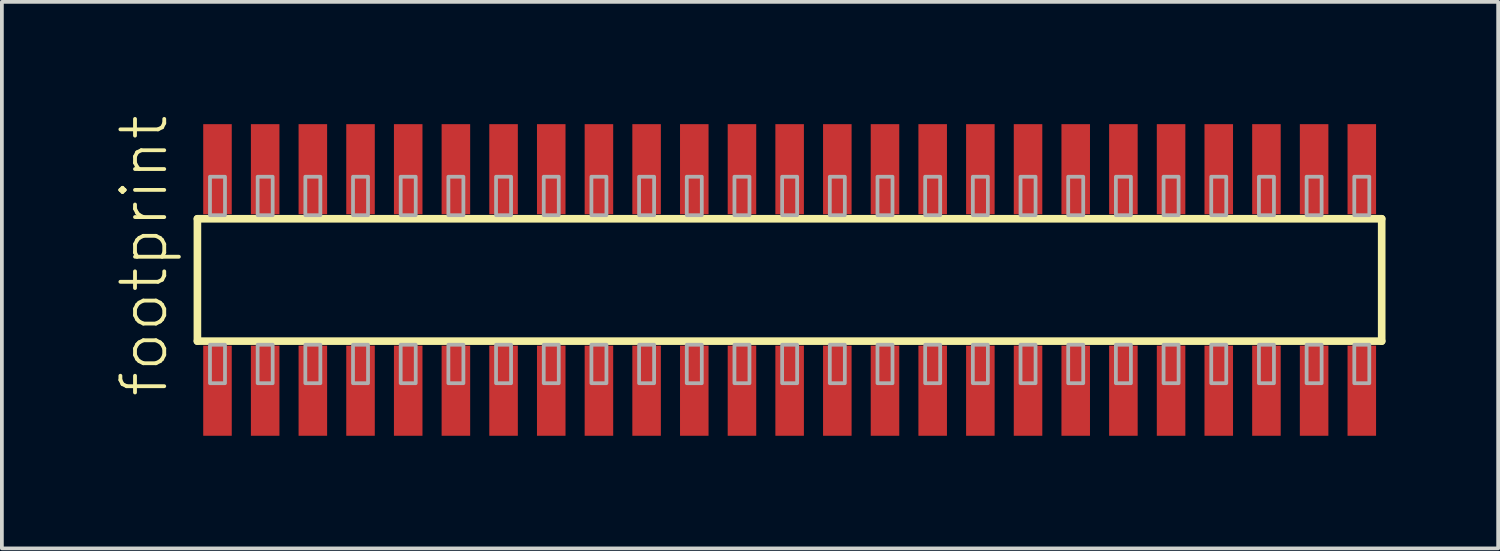
<source format=kicad_pcb>
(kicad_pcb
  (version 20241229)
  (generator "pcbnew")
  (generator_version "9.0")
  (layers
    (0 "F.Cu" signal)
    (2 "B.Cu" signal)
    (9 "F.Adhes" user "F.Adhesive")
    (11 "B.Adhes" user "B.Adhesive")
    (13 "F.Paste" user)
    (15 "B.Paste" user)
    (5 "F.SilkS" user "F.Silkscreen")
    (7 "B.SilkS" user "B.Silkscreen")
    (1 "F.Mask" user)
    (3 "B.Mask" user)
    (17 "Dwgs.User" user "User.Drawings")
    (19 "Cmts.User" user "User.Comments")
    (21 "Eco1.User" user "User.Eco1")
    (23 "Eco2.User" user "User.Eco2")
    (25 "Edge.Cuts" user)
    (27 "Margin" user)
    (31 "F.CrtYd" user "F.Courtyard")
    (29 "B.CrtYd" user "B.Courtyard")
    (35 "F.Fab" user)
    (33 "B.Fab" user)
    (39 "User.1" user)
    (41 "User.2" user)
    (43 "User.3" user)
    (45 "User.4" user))
  (footprint "footprint"
    (layer "F.Cu")
    (at 17.983 4.407)
    (property "Reference" "footprint" (at -16.51 3.175 90) (layer "F.SilkS") (effects (font (size 1.168 1.168) (thickness 0.102)) (justify left bottom)))
    (fp_line (start -15.775 -1.63) (end 15.77 -1.63) (stroke (width 0.203) (type solid)) (layer "F.SilkS"))
    (fp_line (start -15.775 1.63) (end -15.775 -1.63) (stroke (width 0.203) (type solid)) (layer "F.SilkS"))
    (fp_line (start 15.77 -1.63) (end 15.77 1.63) (stroke (width 0.203) (type solid)) (layer "F.SilkS"))
    (fp_line (start 15.77 1.63) (end -15.775 1.63) (stroke (width 0.203) (type solid)) (layer "F.SilkS"))
    (fp_poly (pts (xy -15.44 -1.725) (xy -15.04 -1.725) (xy -15.04 -2.75) (xy -15.44 -2.75)) (stroke (width 0.1) (type solid)) (fill no) (layer "F.Fab"))
    (fp_poly (pts (xy -15.04 1.725) (xy -15.44 1.725) (xy -15.44 2.75) (xy -15.04 2.75)) (stroke (width 0.1) (type solid)) (fill no) (layer "F.Fab"))
    (fp_poly (pts (xy -14.17 -1.725) (xy -13.77 -1.725) (xy -13.77 -2.75) (xy -14.17 -2.75)) (stroke (width 0.1) (type solid)) (fill no) (layer "F.Fab"))
    (fp_poly (pts (xy -13.77 1.725) (xy -14.17 1.725) (xy -14.17 2.75) (xy -13.77 2.75)) (stroke (width 0.1) (type solid)) (fill no) (layer "F.Fab"))
    (fp_poly (pts (xy -12.9 -1.725) (xy -12.5 -1.725) (xy -12.5 -2.75) (xy -12.9 -2.75)) (stroke (width 0.1) (type solid)) (fill no) (layer "F.Fab"))
    (fp_poly (pts (xy -12.5 1.725) (xy -12.9 1.725) (xy -12.9 2.75) (xy -12.5 2.75)) (stroke (width 0.1) (type solid)) (fill no) (layer "F.Fab"))
    (fp_poly (pts (xy -11.63 -1.725) (xy -11.23 -1.725) (xy -11.23 -2.75) (xy -11.63 -2.75)) (stroke (width 0.1) (type solid)) (fill no) (layer "F.Fab"))
    (fp_poly (pts (xy -11.23 1.725) (xy -11.63 1.725) (xy -11.63 2.75) (xy -11.23 2.75)) (stroke (width 0.1) (type solid)) (fill no) (layer "F.Fab"))
    (fp_poly (pts (xy -10.36 -1.725) (xy -9.96 -1.725) (xy -9.96 -2.75) (xy -10.36 -2.75)) (stroke (width 0.1) (type solid)) (fill no) (layer "F.Fab"))
    (fp_poly (pts (xy -9.96 1.725) (xy -10.36 1.725) (xy -10.36 2.75) (xy -9.96 2.75)) (stroke (width 0.1) (type solid)) (fill no) (layer "F.Fab"))
    (fp_poly (pts (xy -9.09 -1.725) (xy -8.69 -1.725) (xy -8.69 -2.75) (xy -9.09 -2.75)) (stroke (width 0.1) (type solid)) (fill no) (layer "F.Fab"))
    (fp_poly (pts (xy -8.69 1.725) (xy -9.09 1.725) (xy -9.09 2.75) (xy -8.69 2.75)) (stroke (width 0.1) (type solid)) (fill no) (layer "F.Fab"))
    (fp_poly (pts (xy -7.82 -1.725) (xy -7.42 -1.725) (xy -7.42 -2.75) (xy -7.82 -2.75)) (stroke (width 0.1) (type solid)) (fill no) (layer "F.Fab"))
    (fp_poly (pts (xy -7.42 1.725) (xy -7.82 1.725) (xy -7.82 2.75) (xy -7.42 2.75)) (stroke (width 0.1) (type solid)) (fill no) (layer "F.Fab"))
    (fp_poly (pts (xy -6.55 -1.725) (xy -6.15 -1.725) (xy -6.15 -2.75) (xy -6.55 -2.75)) (stroke (width 0.1) (type solid)) (fill no) (layer "F.Fab"))
    (fp_poly (pts (xy -6.15 1.725) (xy -6.55 1.725) (xy -6.55 2.75) (xy -6.15 2.75)) (stroke (width 0.1) (type solid)) (fill no) (layer "F.Fab"))
    (fp_poly (pts (xy -5.28 -1.725) (xy -4.88 -1.725) (xy -4.88 -2.75) (xy -5.28 -2.75)) (stroke (width 0.1) (type solid)) (fill no) (layer "F.Fab"))
    (fp_poly (pts (xy -4.88 1.725) (xy -5.28 1.725) (xy -5.28 2.75) (xy -4.88 2.75)) (stroke (width 0.1) (type solid)) (fill no) (layer "F.Fab"))
    (fp_poly (pts (xy -4.01 -1.725) (xy -3.61 -1.725) (xy -3.61 -2.75) (xy -4.01 -2.75)) (stroke (width 0.1) (type solid)) (fill no) (layer "F.Fab"))
    (fp_poly (pts (xy -3.61 1.725) (xy -4.01 1.725) (xy -4.01 2.75) (xy -3.61 2.75)) (stroke (width 0.1) (type solid)) (fill no) (layer "F.Fab"))
    (fp_poly (pts (xy -2.74 -1.725) (xy -2.34 -1.725) (xy -2.34 -2.75) (xy -2.74 -2.75)) (stroke (width 0.1) (type solid)) (fill no) (layer "F.Fab"))
    (fp_poly (pts (xy -2.34 1.725) (xy -2.74 1.725) (xy -2.74 2.75) (xy -2.34 2.75)) (stroke (width 0.1) (type solid)) (fill no) (layer "F.Fab"))
    (fp_poly (pts (xy -1.47 -1.725) (xy -1.07 -1.725) (xy -1.07 -2.75) (xy -1.47 -2.75)) (stroke (width 0.1) (type solid)) (fill no) (layer "F.Fab"))
    (fp_poly (pts (xy -1.07 1.725) (xy -1.47 1.725) (xy -1.47 2.75) (xy -1.07 2.75)) (stroke (width 0.1) (type solid)) (fill no) (layer "F.Fab"))
    (fp_poly (pts (xy -0.2 -1.725) (xy 0.2 -1.725) (xy 0.2 -2.75) (xy -0.2 -2.75)) (stroke (width 0.1) (type solid)) (fill no) (layer "F.Fab"))
    (fp_poly (pts (xy 0.2 1.725) (xy -0.2 1.725) (xy -0.2 2.75) (xy 0.2 2.75)) (stroke (width 0.1) (type solid)) (fill no) (layer "F.Fab"))
    (fp_poly (pts (xy 1.07 -1.725) (xy 1.47 -1.725) (xy 1.47 -2.75) (xy 1.07 -2.75)) (stroke (width 0.1) (type solid)) (fill no) (layer "F.Fab"))
    (fp_poly (pts (xy 1.47 1.725) (xy 1.07 1.725) (xy 1.07 2.75) (xy 1.47 2.75)) (stroke (width 0.1) (type solid)) (fill no) (layer "F.Fab"))
    (fp_poly (pts (xy 2.34 -1.725) (xy 2.74 -1.725) (xy 2.74 -2.75) (xy 2.34 -2.75)) (stroke (width 0.1) (type solid)) (fill no) (layer "F.Fab"))
    (fp_poly (pts (xy 2.74 1.725) (xy 2.34 1.725) (xy 2.34 2.75) (xy 2.74 2.75)) (stroke (width 0.1) (type solid)) (fill no) (layer "F.Fab"))
    (fp_poly (pts (xy 3.61 -1.725) (xy 4.01 -1.725) (xy 4.01 -2.75) (xy 3.61 -2.75)) (stroke (width 0.1) (type solid)) (fill no) (layer "F.Fab"))
    (fp_poly (pts (xy 4.01 1.725) (xy 3.61 1.725) (xy 3.61 2.75) (xy 4.01 2.75)) (stroke (width 0.1) (type solid)) (fill no) (layer "F.Fab"))
    (fp_poly (pts (xy 4.88 -1.725) (xy 5.28 -1.725) (xy 5.28 -2.75) (xy 4.88 -2.75)) (stroke (width 0.1) (type solid)) (fill no) (layer "F.Fab"))
    (fp_poly (pts (xy 5.28 1.725) (xy 4.88 1.725) (xy 4.88 2.75) (xy 5.28 2.75)) (stroke (width 0.1) (type solid)) (fill no) (layer "F.Fab"))
    (fp_poly (pts (xy 6.15 -1.725) (xy 6.55 -1.725) (xy 6.55 -2.75) (xy 6.15 -2.75)) (stroke (width 0.1) (type solid)) (fill no) (layer "F.Fab"))
    (fp_poly (pts (xy 6.55 1.725) (xy 6.15 1.725) (xy 6.15 2.75) (xy 6.55 2.75)) (stroke (width 0.1) (type solid)) (fill no) (layer "F.Fab"))
    (fp_poly (pts (xy 7.42 -1.725) (xy 7.82 -1.725) (xy 7.82 -2.75) (xy 7.42 -2.75)) (stroke (width 0.1) (type solid)) (fill no) (layer "F.Fab"))
    (fp_poly (pts (xy 7.82 1.725) (xy 7.42 1.725) (xy 7.42 2.75) (xy 7.82 2.75)) (stroke (width 0.1) (type solid)) (fill no) (layer "F.Fab"))
    (fp_poly (pts (xy 8.69 -1.725) (xy 9.09 -1.725) (xy 9.09 -2.75) (xy 8.69 -2.75)) (stroke (width 0.1) (type solid)) (fill no) (layer "F.Fab"))
    (fp_poly (pts (xy 9.09 1.725) (xy 8.69 1.725) (xy 8.69 2.75) (xy 9.09 2.75)) (stroke (width 0.1) (type solid)) (fill no) (layer "F.Fab"))
    (fp_poly (pts (xy 9.96 -1.725) (xy 10.36 -1.725) (xy 10.36 -2.75) (xy 9.96 -2.75)) (stroke (width 0.1) (type solid)) (fill no) (layer "F.Fab"))
    (fp_poly (pts (xy 10.36 1.725) (xy 9.96 1.725) (xy 9.96 2.75) (xy 10.36 2.75)) (stroke (width 0.1) (type solid)) (fill no) (layer "F.Fab"))
    (fp_poly (pts (xy 11.23 -1.725) (xy 11.63 -1.725) (xy 11.63 -2.75) (xy 11.23 -2.75)) (stroke (width 0.1) (type solid)) (fill no) (layer "F.Fab"))
    (fp_poly (pts (xy 11.63 1.725) (xy 11.23 1.725) (xy 11.23 2.75) (xy 11.63 2.75)) (stroke (width 0.1) (type solid)) (fill no) (layer "F.Fab"))
    (fp_poly (pts (xy 12.5 -1.725) (xy 12.9 -1.725) (xy 12.9 -2.75) (xy 12.5 -2.75)) (stroke (width 0.1) (type solid)) (fill no) (layer "F.Fab"))
    (fp_poly (pts (xy 12.9 1.725) (xy 12.5 1.725) (xy 12.5 2.75) (xy 12.9 2.75)) (stroke (width 0.1) (type solid)) (fill no) (layer "F.Fab"))
    (fp_poly (pts (xy 13.77 -1.725) (xy 14.17 -1.725) (xy 14.17 -2.75) (xy 13.77 -2.75)) (stroke (width 0.1) (type solid)) (fill no) (layer "F.Fab"))
    (fp_poly (pts (xy 14.17 1.725) (xy 13.77 1.725) (xy 13.77 2.75) (xy 14.17 2.75)) (stroke (width 0.1) (type solid)) (fill no) (layer "F.Fab"))
    (fp_poly (pts (xy 15.04 -1.725) (xy 15.44 -1.725) (xy 15.44 -2.75) (xy 15.04 -2.75)) (stroke (width 0.1) (type solid)) (fill no) (layer "F.Fab"))
    (fp_poly (pts (xy 15.44 1.725) (xy 15.04 1.725) (xy 15.04 2.75) (xy 15.44 2.75)) (stroke (width 0.1) (type solid)) (fill no) (layer "F.Fab"))
    (pad "1" smd rect (at -15.24 2.95) (size 0.76 2.4) (layers "F.Cu" "F.Mask" "F.Paste"))
    (pad "2" smd rect (at -15.24 -2.95) (size 0.76 2.4) (layers "F.Cu" "F.Mask" "F.Paste"))
    (pad "3" smd rect (at -13.97 2.95) (size 0.76 2.4) (layers "F.Cu" "F.Mask" "F.Paste"))
    (pad "4" smd rect (at -13.97 -2.95) (size 0.76 2.4) (layers "F.Cu" "F.Mask" "F.Paste"))
    (pad "5" smd rect (at -12.7 2.95) (size 0.76 2.4) (layers "F.Cu" "F.Mask" "F.Paste"))
    (pad "6" smd rect (at -12.7 -2.95) (size 0.76 2.4) (layers "F.Cu" "F.Mask" "F.Paste"))
    (pad "7" smd rect (at -11.43 2.95) (size 0.76 2.4) (layers "F.Cu" "F.Mask" "F.Paste"))
    (pad "8" smd rect (at -11.43 -2.95) (size 0.76 2.4) (layers "F.Cu" "F.Mask" "F.Paste"))
    (pad "9" smd rect (at -10.16 2.95) (size 0.76 2.4) (layers "F.Cu" "F.Mask" "F.Paste"))
    (pad "10" smd rect (at -10.16 -2.95) (size 0.76 2.4) (layers "F.Cu" "F.Mask" "F.Paste"))
    (pad "11" smd rect (at -8.89 2.95) (size 0.76 2.4) (layers "F.Cu" "F.Mask" "F.Paste"))
    (pad "12" smd rect (at -8.89 -2.95) (size 0.76 2.4) (layers "F.Cu" "F.Mask" "F.Paste"))
    (pad "13" smd rect (at -7.62 2.95) (size 0.76 2.4) (layers "F.Cu" "F.Mask" "F.Paste"))
    (pad "14" smd rect (at -7.62 -2.95) (size 0.76 2.4) (layers "F.Cu" "F.Mask" "F.Paste"))
    (pad "15" smd rect (at -6.35 2.95) (size 0.76 2.4) (layers "F.Cu" "F.Mask" "F.Paste"))
    (pad "16" smd rect (at -6.35 -2.95) (size 0.76 2.4) (layers "F.Cu" "F.Mask" "F.Paste"))
    (pad "17" smd rect (at -5.08 2.95) (size 0.76 2.4) (layers "F.Cu" "F.Mask" "F.Paste"))
    (pad "18" smd rect (at -5.08 -2.95) (size 0.76 2.4) (layers "F.Cu" "F.Mask" "F.Paste"))
    (pad "19" smd rect (at -3.81 2.95) (size 0.76 2.4) (layers "F.Cu" "F.Mask" "F.Paste"))
    (pad "20" smd rect (at -3.81 -2.95) (size 0.76 2.4) (layers "F.Cu" "F.Mask" "F.Paste"))
    (pad "21" smd rect (at -2.54 2.95) (size 0.76 2.4) (layers "F.Cu" "F.Mask" "F.Paste"))
    (pad "22" smd rect (at -2.54 -2.95) (size 0.76 2.4) (layers "F.Cu" "F.Mask" "F.Paste"))
    (pad "23" smd rect (at -1.27 2.95) (size 0.76 2.4) (layers "F.Cu" "F.Mask" "F.Paste"))
    (pad "24" smd rect (at -1.27 -2.95) (size 0.76 2.4) (layers "F.Cu" "F.Mask" "F.Paste"))
    (pad "25" smd rect (at 0 2.95) (size 0.76 2.4) (layers "F.Cu" "F.Mask" "F.Paste"))
    (pad "26" smd rect (at 0 -2.95) (size 0.76 2.4) (layers "F.Cu" "F.Mask" "F.Paste"))
    (pad "27" smd rect (at 1.27 2.95) (size 0.76 2.4) (layers "F.Cu" "F.Mask" "F.Paste"))
    (pad "28" smd rect (at 1.27 -2.95) (size 0.76 2.4) (layers "F.Cu" "F.Mask" "F.Paste"))
    (pad "29" smd rect (at 2.54 2.95) (size 0.76 2.4) (layers "F.Cu" "F.Mask" "F.Paste"))
    (pad "30" smd rect (at 2.54 -2.95) (size 0.76 2.4) (layers "F.Cu" "F.Mask" "F.Paste"))
    (pad "31" smd rect (at 3.81 2.95) (size 0.76 2.4) (layers "F.Cu" "F.Mask" "F.Paste"))
    (pad "32" smd rect (at 3.81 -2.95) (size 0.76 2.4) (layers "F.Cu" "F.Mask" "F.Paste"))
    (pad "33" smd rect (at 5.08 2.95) (size 0.76 2.4) (layers "F.Cu" "F.Mask" "F.Paste"))
    (pad "34" smd rect (at 5.08 -2.95) (size 0.76 2.4) (layers "F.Cu" "F.Mask" "F.Paste"))
    (pad "35" smd rect (at 6.35 2.95) (size 0.76 2.4) (layers "F.Cu" "F.Mask" "F.Paste"))
    (pad "36" smd rect (at 6.35 -2.95) (size 0.76 2.4) (layers "F.Cu" "F.Mask" "F.Paste"))
    (pad "37" smd rect (at 7.62 2.95) (size 0.76 2.4) (layers "F.Cu" "F.Mask" "F.Paste"))
    (pad "38" smd rect (at 7.62 -2.95) (size 0.76 2.4) (layers "F.Cu" "F.Mask" "F.Paste"))
    (pad "39" smd rect (at 8.89 2.95) (size 0.76 2.4) (layers "F.Cu" "F.Mask" "F.Paste"))
    (pad "40" smd rect (at 8.89 -2.95) (size 0.76 2.4) (layers "F.Cu" "F.Mask" "F.Paste"))
    (pad "41" smd rect (at 10.16 2.95) (size 0.76 2.4) (layers "F.Cu" "F.Mask" "F.Paste"))
    (pad "42" smd rect (at 10.16 -2.95) (size 0.76 2.4) (layers "F.Cu" "F.Mask" "F.Paste"))
    (pad "43" smd rect (at 11.43 2.95) (size 0.76 2.4) (layers "F.Cu" "F.Mask" "F.Paste"))
    (pad "44" smd rect (at 11.43 -2.95) (size 0.76 2.4) (layers "F.Cu" "F.Mask" "F.Paste"))
    (pad "45" smd rect (at 12.7 2.95) (size 0.76 2.4) (layers "F.Cu" "F.Mask" "F.Paste"))
    (pad "46" smd rect (at 12.7 -2.95) (size 0.76 2.4) (layers "F.Cu" "F.Mask" "F.Paste"))
    (pad "47" smd rect (at 13.97 2.95) (size 0.76 2.4) (layers "F.Cu" "F.Mask" "F.Paste"))
    (pad "48" smd rect (at 13.97 -2.95) (size 0.76 2.4) (layers "F.Cu" "F.Mask" "F.Paste"))
    (pad "49" smd rect (at 15.24 2.95) (size 0.76 2.4) (layers "F.Cu" "F.Mask" "F.Paste"))
    (pad "50" smd rect (at 15.24 -2.95) (size 0.76 2.4) (layers "F.Cu" "F.Mask" "F.Paste")))
  (gr_rect
    (start -3 -3)
    (end 36.855 11.557)
    (stroke (width 0.1) (type default))
    (fill no)
    (layer "Edge.Cuts")))
</source>
